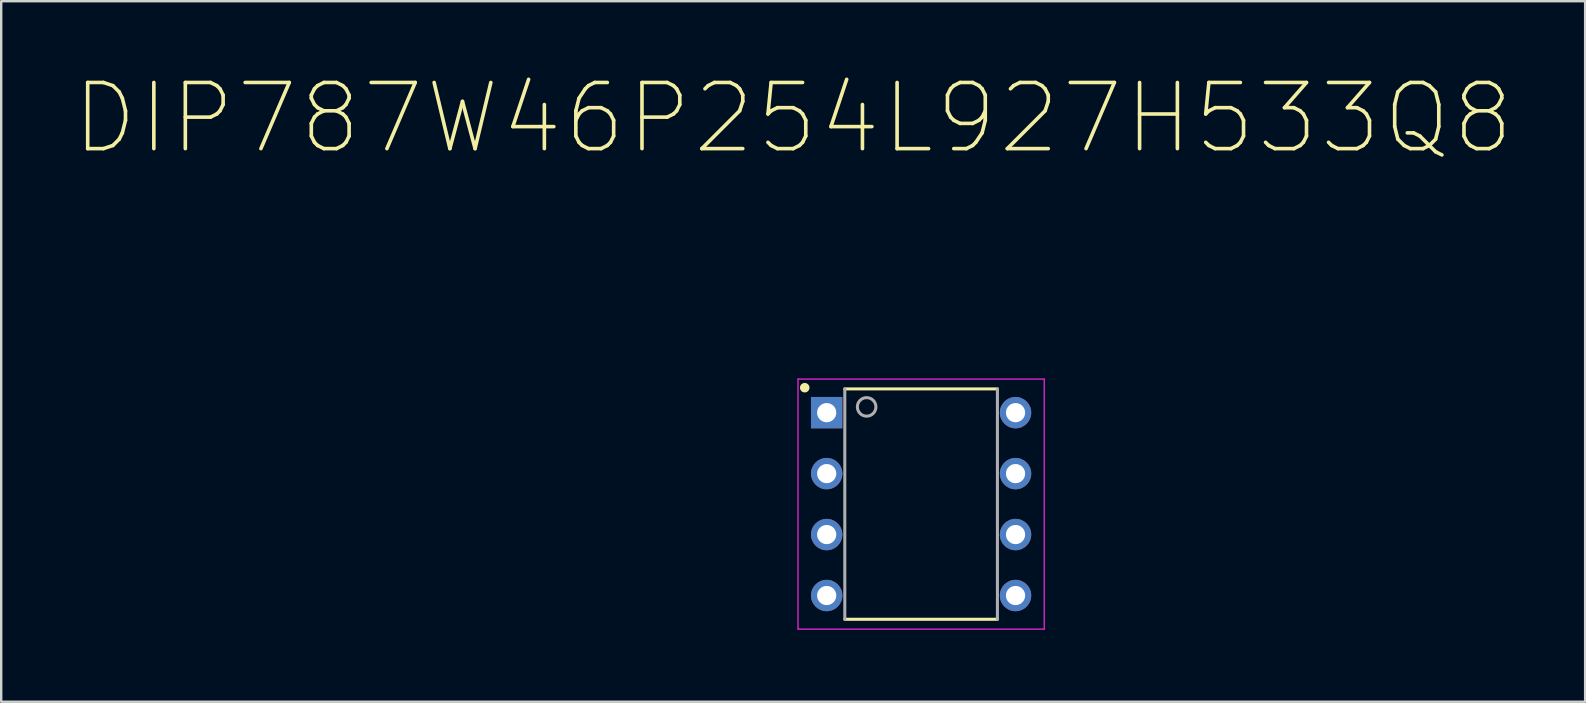
<source format=kicad_pcb>
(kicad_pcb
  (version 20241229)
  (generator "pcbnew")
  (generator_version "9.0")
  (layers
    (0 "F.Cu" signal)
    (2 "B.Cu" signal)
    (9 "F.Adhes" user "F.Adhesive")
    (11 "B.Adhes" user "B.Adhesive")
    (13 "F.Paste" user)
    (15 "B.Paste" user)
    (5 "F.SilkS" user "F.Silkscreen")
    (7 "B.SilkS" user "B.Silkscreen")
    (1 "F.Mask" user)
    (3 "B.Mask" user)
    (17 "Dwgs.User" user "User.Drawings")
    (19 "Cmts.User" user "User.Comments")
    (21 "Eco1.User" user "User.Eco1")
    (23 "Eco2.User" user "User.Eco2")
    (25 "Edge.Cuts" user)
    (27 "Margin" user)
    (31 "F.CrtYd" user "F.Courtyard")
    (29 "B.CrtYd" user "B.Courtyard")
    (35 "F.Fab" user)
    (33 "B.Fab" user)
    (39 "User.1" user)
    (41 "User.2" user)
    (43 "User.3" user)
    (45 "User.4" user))
  (footprint "DIP787W46P254L927H533Q8"
    (layer "F.Cu")
    (at 35.334 17.956)
    (property "Reference" "DIP787W46P254L927H533Q8" (at -5.332 -16.08 0) (layer "F.SilkS") (effects (font (size 2.756 2.756) (thickness 0.15))))
    (attr through_hole)
    (fp_line (start -3.18 -4.8) (end 3.18 -4.8) (stroke (width 0.127) (type solid)) (layer "F.SilkS"))
    (fp_line (start 3.18 4.8) (end -3.18 4.8) (stroke (width 0.127) (type solid)) (layer "F.SilkS"))
    (fp_circle (center -4.85 -4.85) (end -4.75 -4.85) (stroke (width 0.2) (type solid)) (fill no) (layer "F.SilkS"))
    (fp_line (start -5.13 -5.21) (end -5.13 5.21) (stroke (width 0.05) (type solid)) (layer "F.CrtYd"))
    (fp_line (start -5.13 5.21) (end 5.13 5.21) (stroke (width 0.05) (type solid)) (layer "F.CrtYd"))
    (fp_line (start 5.13 -5.21) (end -5.13 -5.21) (stroke (width 0.05) (type solid)) (layer "F.CrtYd"))
    (fp_line (start 5.13 5.21) (end 5.13 -5.21) (stroke (width 0.05) (type solid)) (layer "F.CrtYd"))
    (fp_line (start -3.18 4.8) (end -3.18 -4.8) (stroke (width 0.127) (type solid)) (layer "F.Fab"))
    (fp_line (start 3.18 -4.8) (end 3.18 4.8) (stroke (width 0.127) (type solid)) (layer "F.Fab"))
    (fp_circle (center -2.27 -4.05) (end -1.884 -4.05) (stroke (width 0.127) (type solid)) (fill no) (layer "F.Fab"))
    (pad "1" thru_hole rect (at -3.935 -3.81) (size 1.308 1.308) (drill 0.8) (layers "*.Cu" "*.Mask"))
    (pad "2" thru_hole circle (at -3.935 -1.27) (size 1.308 1.308) (drill 0.8) (layers "*.Cu" "*.Mask"))
    (pad "3" thru_hole circle (at -3.935 1.27) (size 1.308 1.308) (drill 0.8) (layers "*.Cu" "*.Mask"))
    (pad "4" thru_hole circle (at -3.935 3.81) (size 1.308 1.308) (drill 0.8) (layers "*.Cu" "*.Mask"))
    (pad "5" thru_hole circle (at 3.935 3.81) (size 1.308 1.308) (drill 0.8) (layers "*.Cu" "*.Mask"))
    (pad "6" thru_hole circle (at 3.935 1.27) (size 1.308 1.308) (drill 0.8) (layers "*.Cu" "*.Mask"))
    (pad "7" thru_hole circle (at 3.935 -1.27) (size 1.308 1.308) (drill 0.8) (layers "*.Cu" "*.Mask"))
    (pad "8" thru_hole circle (at 3.935 -3.81) (size 1.308 1.308) (drill 0.8) (layers "*.Cu" "*.Mask")))
  (gr_rect
    (start -3 -3)
    (end 63.005 26.191)
    (stroke (width 0.1) (type default))
    (fill no)
    (layer "Edge.Cuts")))
</source>
